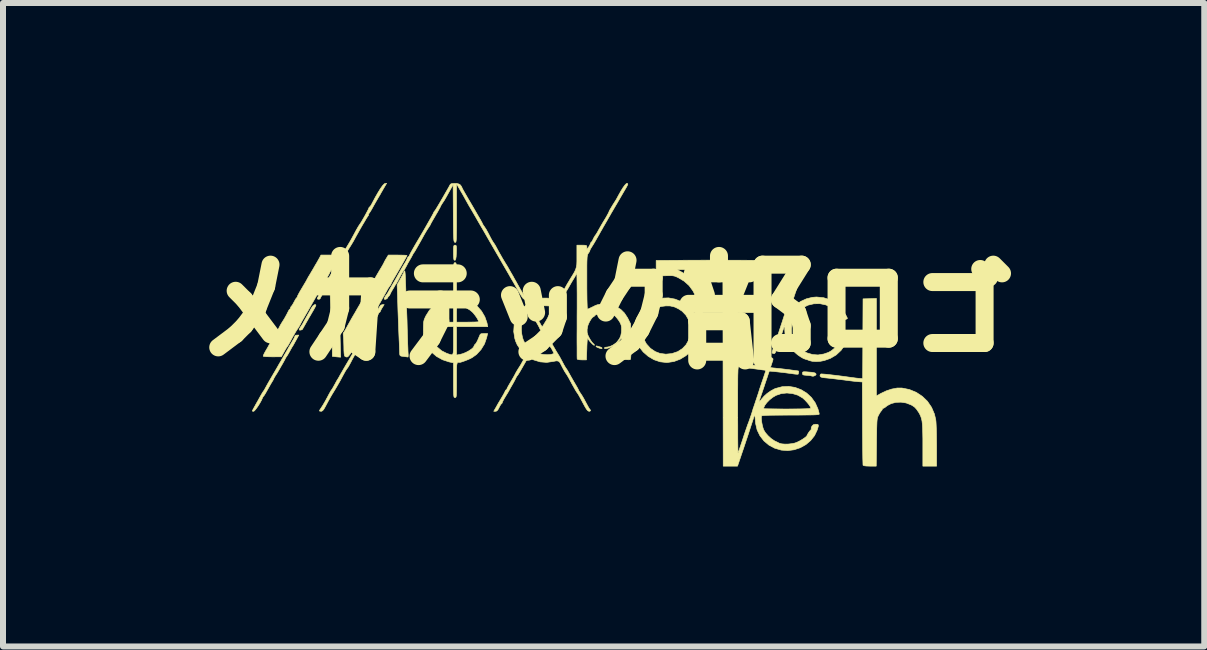
<source format=kicad_pcb>
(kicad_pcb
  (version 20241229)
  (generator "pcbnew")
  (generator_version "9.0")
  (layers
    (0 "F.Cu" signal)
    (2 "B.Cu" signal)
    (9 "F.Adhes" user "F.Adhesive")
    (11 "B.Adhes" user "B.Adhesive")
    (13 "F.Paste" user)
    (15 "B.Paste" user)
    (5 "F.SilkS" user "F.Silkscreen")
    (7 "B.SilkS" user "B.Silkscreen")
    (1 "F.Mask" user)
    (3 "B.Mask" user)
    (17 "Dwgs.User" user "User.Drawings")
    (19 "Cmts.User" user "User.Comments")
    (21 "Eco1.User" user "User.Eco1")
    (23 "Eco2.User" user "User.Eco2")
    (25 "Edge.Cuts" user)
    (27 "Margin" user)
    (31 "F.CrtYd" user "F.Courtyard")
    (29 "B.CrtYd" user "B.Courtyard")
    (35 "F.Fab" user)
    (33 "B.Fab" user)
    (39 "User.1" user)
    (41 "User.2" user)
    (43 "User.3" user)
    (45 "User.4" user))
  (footprint "メカテック部ロゴ"
    (layer "F.Cu")
    (at 7.01 2.268)
    (property "Reference" "メカテック部ロゴ" (at 0 0 0) (layer "F.SilkS") (effects (font (size 1.524 1.524) (thickness 0.3))))
    (attr through_hole)
    (fp_poly (pts (xy -4.005 -0.593) (xy -4.003 -0.578) (xy -4.005 -0.576) (xy -4.012 -0.577) (xy -4.013 -0.584) (xy -4.009 -0.595) (xy -4.005 -0.593)) (stroke (width 0.01) (type solid)) (fill yes) (layer "F.SilkS"))
    (fp_poly (pts (xy -0.107 0.45) (xy -0.078 0.459) (xy -0.056 0.465) (xy -0.033 0.475) (xy -0.025 0.484) (xy -0.028 0.492) (xy -0.039 0.493) (xy -0.066 0.486) (xy -0.086 0.479) (xy -0.113 0.467) (xy -0.127 0.455) (xy -0.127 0.454) (xy -0.118 0.447) (xy -0.107 0.45)) (stroke (width 0.01) (type solid)) (fill yes) (layer "F.SilkS"))
    (fp_poly (pts (xy -2.464 -1.23) (xy -2.457 -1.223) (xy -2.453 -1.204) (xy -2.452 -1.17) (xy -2.454 -1.115) (xy -2.454 -1.109) (xy -2.457 -1.043) (xy -2.464 -1) (xy -2.474 -0.98) (xy -2.488 -0.982) (xy -2.493 -0.986) (xy -2.497 -1.002) (xy -2.5 -1.037) (xy -2.502 -1.085) (xy -2.502 -1.113) (xy -2.502 -1.169) (xy -2.5 -1.204) (xy -2.495 -1.223) (xy -2.487 -1.23) (xy -2.476 -1.232) (xy -2.464 -1.23)) (stroke (width 0.01) (type solid)) (fill yes) (layer "F.SilkS"))
    (fp_poly (pts (xy 2.904 0.371) (xy 2.913 0.384) (xy 2.915 0.402) (xy 2.908 0.431) (xy 2.895 0.471) (xy 2.877 0.523) (xy 2.864 0.555) (xy 2.853 0.571) (xy 2.841 0.576) (xy 2.829 0.574) (xy 2.814 0.569) (xy 2.808 0.558) (xy 2.812 0.536) (xy 2.825 0.498) (xy 2.832 0.48) (xy 2.846 0.439) (xy 2.855 0.405) (xy 2.857 0.391) (xy 2.866 0.366) (xy 2.886 0.36) (xy 2.904 0.371)) (stroke (width 0.01) (type solid)) (fill yes) (layer "F.SilkS"))
    (fp_poly (pts (xy 3.377 0.879) (xy 3.409 0.882) (xy 3.471 0.887) (xy 3.511 0.894) (xy 3.533 0.903) (xy 3.541 0.916) (xy 3.541 0.926) (xy 3.527 0.94) (xy 3.501 0.951) (xy 3.476 0.952) (xy 3.466 0.948) (xy 3.451 0.944) (xy 3.419 0.94) (xy 3.388 0.938) (xy 3.346 0.934) (xy 3.324 0.929) (xy 3.316 0.918) (xy 3.315 0.904) (xy 3.316 0.889) (xy 3.323 0.881) (xy 3.341 0.878) (xy 3.377 0.879)) (stroke (width 0.01) (type solid)) (fill yes) (layer "F.SilkS"))
    (fp_poly (pts (xy -3.689 -0.191) (xy -3.708 -0.158) (xy -3.72 -0.133) (xy -3.721 -0.127) (xy -3.73 -0.115) (xy -3.733 -0.114) (xy -3.745 -0.104) (xy -3.754 -0.086) (xy -3.763 -0.065) (xy -3.783 -0.029) (xy -3.808 0.016) (xy -3.837 0.065) (xy -3.865 0.111) (xy -3.889 0.15) (xy -3.905 0.174) (xy -3.91 0.179) (xy -3.928 0.183) (xy -3.933 0.182) (xy -3.942 0.167) (xy -3.935 0.141) (xy -3.918 0.114) (xy -3.904 0.094) (xy -3.883 0.059) (xy -3.86 0.019) (xy -3.833 -0.03) (xy -3.806 -0.078) (xy -3.789 -0.108) (xy -3.765 -0.15) (xy -3.743 -0.191) (xy -3.738 -0.2) (xy -3.714 -0.232) (xy -3.687 -0.241) (xy -3.657 -0.241) (xy -3.689 -0.191)) (stroke (width 0.01) (type solid)) (fill yes) (layer "F.SilkS"))
    (fp_poly (pts (xy -4.798 -0.239) (xy -4.795 -0.23) (xy -4.802 -0.211) (xy -4.819 -0.179) (xy -4.847 -0.129) (xy -4.858 -0.111) (xy -4.885 -0.064) (xy -4.91 -0.022) (xy -4.927 0.008) (xy -4.928 0.01) (xy -4.943 0.036) (xy -4.963 0.071) (xy -4.985 0.11) (xy -5.005 0.145) (xy -5.019 0.169) (xy -5.023 0.175) (xy -5.036 0.18) (xy -5.052 0.184) (xy -5.071 0.183) (xy -5.071 0.168) (xy -5.071 0.167) (xy -5.056 0.139) (xy -5.048 0.127) (xy -5.033 0.105) (xy -5.012 0.071) (xy -4.998 0.044) (xy -4.97 -0.006) (xy -4.939 -0.061) (xy -4.927 -0.083) (xy -4.904 -0.122) (xy -4.885 -0.157) (xy -4.878 -0.171) (xy -4.85 -0.215) (xy -4.822 -0.238) (xy -4.809 -0.241) (xy -4.798 -0.239)) (stroke (width 0.01) (type solid)) (fill yes) (layer "F.SilkS"))
    (fp_poly (pts (xy -3.312 -0.796) (xy -3.308 -0.768) (xy -3.305 -0.726) (xy -3.305 -0.72) (xy -3.303 -0.68) (xy -3.301 -0.62) (xy -3.298 -0.545) (xy -3.295 -0.46) (xy -3.291 -0.371) (xy -3.29 -0.337) (xy -3.285 -0.228) (xy -3.281 -0.106) (xy -3.276 0.021) (xy -3.273 0.143) (xy -3.27 0.241) (xy -3.267 0.327) (xy -3.265 0.408) (xy -3.262 0.479) (xy -3.26 0.535) (xy -3.258 0.573) (xy -3.257 0.581) (xy -3.256 0.613) (xy -3.259 0.631) (xy -3.261 0.633) (xy -3.278 0.63) (xy -3.311 0.626) (xy -3.334 0.623) (xy -3.371 0.618) (xy -3.39 0.61) (xy -3.397 0.594) (xy -3.399 0.572) (xy -3.4 0.542) (xy -3.402 0.494) (xy -3.404 0.433) (xy -3.407 0.365) (xy -3.408 0.349) (xy -3.414 0.208) (xy -3.42 0.044) (xy -3.427 -0.137) (xy -3.433 -0.333) (xy -3.435 -0.397) (xy -3.441 -0.572) (xy -3.384 -0.675) (xy -3.359 -0.721) (xy -3.34 -0.759) (xy -3.329 -0.783) (xy -3.327 -0.788) (xy -3.318 -0.804) (xy -3.317 -0.805) (xy -3.312 -0.796)) (stroke (width 0.01) (type solid)) (fill yes) (layer "F.SilkS"))
    (fp_poly (pts (xy -4.433 -0.775) (xy -4.431 -0.746) (xy -4.429 -0.702) (xy -4.426 -0.651) (xy -4.426 -0.648) (xy -4.422 -0.573) (xy -4.419 -0.499) (xy -4.415 -0.421) (xy -4.412 -0.337) (xy -4.408 -0.245) (xy -4.405 -0.141) (xy -4.401 -0.023) (xy -4.397 0.112) (xy -4.392 0.268) (xy -4.388 0.422) (xy -4.382 0.635) (xy -4.41 0.633) (xy -4.444 0.63) (xy -4.48 0.626) (xy -4.521 0.621) (xy -4.522 0.517) (xy -4.523 0.462) (xy -4.525 0.413) (xy -4.527 0.379) (xy -4.527 0.375) (xy -4.529 0.349) (xy -4.532 0.303) (xy -4.535 0.243) (xy -4.538 0.174) (xy -4.539 0.133) (xy -4.544 -0.018) (xy -4.549 -0.146) (xy -4.552 -0.253) (xy -4.555 -0.341) (xy -4.557 -0.412) (xy -4.558 -0.467) (xy -4.559 -0.51) (xy -4.558 -0.542) (xy -4.557 -0.565) (xy -4.555 -0.581) (xy -4.552 -0.593) (xy -4.548 -0.602) (xy -4.544 -0.611) (xy -4.539 -0.619) (xy -4.516 -0.661) (xy -4.493 -0.7) (xy -4.49 -0.704) (xy -4.467 -0.74) (xy -4.449 -0.774) (xy -4.449 -0.774) (xy -4.434 -0.806) (xy -4.433 -0.775)) (stroke (width 0.01) (type solid)) (fill yes) (layer "F.SilkS"))
    (fp_poly (pts (xy -3.962 0.272) (xy -3.968 0.287) (xy -3.985 0.318) (xy -4.008 0.36) (xy -4.034 0.407) (xy -4.062 0.453) (xy -4.087 0.494) (xy -4.087 0.495) (xy -4.113 0.537) (xy -4.145 0.593) (xy -4.178 0.653) (xy -4.195 0.685) (xy -4.221 0.735) (xy -4.244 0.777) (xy -4.26 0.804) (xy -4.266 0.813) (xy -4.28 0.83) (xy -4.304 0.868) (xy -4.335 0.924) (xy -4.373 0.994) (xy -4.374 0.997) (xy -4.406 1.055) (xy -4.443 1.119) (xy -4.472 1.168) (xy -4.533 1.268) (xy -4.59 1.369) (xy -4.637 1.457) (xy -4.662 1.501) (xy -4.682 1.526) (xy -4.7 1.536) (xy -4.708 1.537) (xy -4.73 1.534) (xy -4.737 1.53) (xy -4.731 1.516) (xy -4.715 1.491) (xy -4.713 1.489) (xy -4.677 1.433) (xy -4.638 1.366) (xy -4.592 1.281) (xy -4.59 1.276) (xy -4.567 1.234) (xy -4.548 1.2) (xy -4.536 1.182) (xy -4.535 1.181) (xy -4.525 1.167) (xy -4.507 1.137) (xy -4.485 1.097) (xy -4.482 1.092) (xy -4.46 1.051) (xy -4.443 1.02) (xy -4.433 1.004) (xy -4.432 1.003) (xy -4.423 0.989) (xy -4.407 0.961) (xy -4.399 0.946) (xy -4.384 0.919) (xy -4.358 0.875) (xy -4.325 0.817) (xy -4.287 0.752) (xy -4.248 0.686) (xy -4.206 0.615) (xy -4.167 0.548) (xy -4.132 0.488) (xy -4.106 0.441) (xy -4.09 0.413) (xy -4.069 0.375) (xy -4.051 0.345) (xy -4.043 0.334) (xy -4.026 0.308) (xy -4.02 0.292) (xy -4.007 0.277) (xy -3.987 0.267) (xy -3.969 0.265) (xy -3.962 0.272)) (stroke (width 0.01) (type solid)) (fill yes) (layer "F.SilkS"))
    (fp_poly (pts (xy -5.126 0.352) (xy -5.15 0.395) (xy -5.169 0.43) (xy -5.181 0.45) (xy -5.182 0.451) (xy -5.193 0.468) (xy -5.211 0.5) (xy -5.233 0.54) (xy -5.255 0.579) (xy -5.273 0.609) (xy -5.282 0.622) (xy -5.282 0.622) (xy -5.293 0.637) (xy -5.305 0.66) (xy -5.32 0.689) (xy -5.342 0.729) (xy -5.361 0.762) (xy -5.385 0.803) (xy -5.405 0.839) (xy -5.416 0.857) (xy -5.431 0.883) (xy -5.453 0.919) (xy -5.465 0.936) (xy -5.484 0.968) (xy -5.497 0.991) (xy -5.499 0.997) (xy -5.505 1.011) (xy -5.521 1.038) (xy -5.529 1.051) (xy -5.55 1.086) (xy -5.577 1.134) (xy -5.605 1.184) (xy -5.607 1.187) (xy -5.631 1.23) (xy -5.651 1.263) (xy -5.664 1.282) (xy -5.666 1.283) (xy -5.678 1.299) (xy -5.686 1.316) (xy -5.704 1.356) (xy -5.729 1.401) (xy -5.758 1.448) (xy -5.787 1.489) (xy -5.812 1.52) (xy -5.829 1.536) (xy -5.832 1.537) (xy -5.851 1.535) (xy -5.855 1.532) (xy -5.849 1.518) (xy -5.832 1.486) (xy -5.807 1.441) (xy -5.786 1.403) (xy -5.762 1.361) (xy -5.735 1.312) (xy -5.722 1.289) (xy -5.7 1.25) (xy -5.681 1.219) (xy -5.672 1.206) (xy -5.654 1.18) (xy -5.641 1.156) (xy -5.623 1.123) (xy -5.596 1.074) (xy -5.558 1.008) (xy -5.508 0.922) (xy -5.467 0.852) (xy -5.434 0.795) (xy -5.404 0.742) (xy -5.378 0.699) (xy -5.365 0.675) (xy -5.34 0.632) (xy -5.314 0.586) (xy -5.311 0.581) (xy -5.285 0.537) (xy -5.259 0.491) (xy -5.257 0.486) (xy -5.235 0.448) (xy -5.207 0.401) (xy -5.187 0.367) (xy -5.164 0.328) (xy -5.149 0.297) (xy -5.144 0.281) (xy -5.133 0.27) (xy -5.112 0.267) (xy -5.08 0.267) (xy -5.126 0.352)) (stroke (width 0.01) (type solid)) (fill yes) (layer "F.SilkS"))
    (fp_poly (pts (xy -3.373 -1.066) (xy -3.324 -1.065) (xy -3.29 -1.063) (xy -3.277 -1.06) (xy -3.277 -1.06) (xy -3.283 -1.046) (xy -3.301 -1.013) (xy -3.329 -0.963) (xy -3.365 -0.899) (xy -3.409 -0.823) (xy -3.458 -0.738) (xy -3.469 -0.719) (xy -3.499 -0.668) (xy -3.523 -0.626) (xy -3.538 -0.596) (xy -3.543 -0.583) (xy -3.551 -0.567) (xy -3.56 -0.557) (xy -3.576 -0.535) (xy -3.597 -0.502) (xy -3.601 -0.494) (xy -3.624 -0.452) (xy -3.653 -0.4) (xy -3.685 -0.344) (xy -3.716 -0.288) (xy -3.744 -0.24) (xy -3.765 -0.203) (xy -3.776 -0.185) (xy -3.812 -0.126) (xy -3.838 -0.082) (xy -3.859 -0.047) (xy -3.878 -0.014) (xy -3.899 0.024) (xy -3.92 0.064) (xy -3.944 0.106) (xy -3.967 0.146) (xy -3.975 0.159) (xy -4.004 0.206) (xy -4.039 0.268) (xy -4.071 0.33) (xy -4.09 0.364) (xy -4.108 0.389) (xy -4.111 0.391) (xy -4.125 0.415) (xy -4.128 0.426) (xy -4.134 0.443) (xy -4.139 0.445) (xy -4.152 0.455) (xy -4.16 0.473) (xy -4.173 0.5) (xy -4.194 0.537) (xy -4.22 0.576) (xy -4.244 0.608) (xy -4.26 0.625) (xy -4.276 0.633) (xy -4.293 0.63) (xy -4.306 0.625) (xy -4.315 0.617) (xy -4.321 0.6) (xy -4.325 0.569) (xy -4.328 0.52) (xy -4.329 0.457) (xy -4.331 0.394) (xy -4.333 0.337) (xy -4.336 0.294) (xy -4.339 0.27) (xy -4.339 0.27) (xy -4.34 0.241) (xy -4.334 0.225) (xy -4.321 0.206) (xy -4.301 0.173) (xy -4.283 0.14) (xy -4.256 0.091) (xy -4.224 0.034) (xy -4.198 -0.013) (xy -4.17 -0.061) (xy -4.142 -0.108) (xy -4.123 -0.142) (xy -4.088 -0.202) (xy -4.049 -0.269) (xy -4.009 -0.339) (xy -3.968 -0.408) (xy -3.931 -0.472) (xy -3.899 -0.527) (xy -3.874 -0.568) (xy -3.859 -0.593) (xy -3.858 -0.595) (xy -3.838 -0.628) (xy -3.824 -0.655) (xy -3.813 -0.675) (xy -3.792 -0.713) (xy -3.764 -0.761) (xy -3.735 -0.81) (xy -3.705 -0.86) (xy -3.68 -0.903) (xy -3.664 -0.933) (xy -3.658 -0.945) (xy -3.652 -0.959) (xy -3.636 -0.987) (xy -3.623 -1.009) (xy -3.588 -1.067) (xy -3.432 -1.067) (xy -3.373 -1.066)) (stroke (width 0.01) (type solid)) (fill yes) (layer "F.SilkS"))
    (fp_poly (pts (xy 4.547 1.281) (xy 4.62 1.24) (xy 4.71 1.197) (xy 4.804 1.166) (xy 4.893 1.149) (xy 4.97 1.149) (xy 5.096 1.174) (xy 5.211 1.221) (xy 5.312 1.288) (xy 5.398 1.371) (xy 5.466 1.471) (xy 5.514 1.583) (xy 5.536 1.677) (xy 5.54 1.713) (xy 5.543 1.769) (xy 5.546 1.842) (xy 5.548 1.927) (xy 5.549 2.02) (xy 5.55 2.106) (xy 5.55 2.451) (xy 5.321 2.451) (xy 5.321 2.118) (xy 5.321 1.996) (xy 5.319 1.896) (xy 5.317 1.816) (xy 5.313 1.751) (xy 5.307 1.7) (xy 5.298 1.657) (xy 5.286 1.622) (xy 5.271 1.589) (xy 5.253 1.556) (xy 5.247 1.548) (xy 5.214 1.5) (xy 5.182 1.466) (xy 5.142 1.439) (xy 5.12 1.428) (xy 5.042 1.398) (xy 4.957 1.385) (xy 4.872 1.388) (xy 4.794 1.408) (xy 4.728 1.442) (xy 4.711 1.456) (xy 4.685 1.476) (xy 4.665 1.486) (xy 4.663 1.486) (xy 4.649 1.494) (xy 4.648 1.498) (xy 4.64 1.516) (xy 4.631 1.527) (xy 4.614 1.548) (xy 4.593 1.583) (xy 4.583 1.601) (xy 4.575 1.618) (xy 4.568 1.634) (xy 4.563 1.654) (xy 4.559 1.679) (xy 4.556 1.714) (xy 4.554 1.761) (xy 4.552 1.823) (xy 4.551 1.903) (xy 4.549 2.004) (xy 4.549 2.054) (xy 4.544 2.451) (xy 4.437 2.451) (xy 4.377 2.449) (xy 4.34 2.444) (xy 4.324 2.436) (xy 4.324 2.435) (xy 4.323 2.42) (xy 4.322 2.381) (xy 4.32 2.322) (xy 4.319 2.245) (xy 4.318 2.152) (xy 4.317 2.045) (xy 4.316 1.928) (xy 4.315 1.801) (xy 4.315 1.734) (xy 4.312 1.048) (xy 4.255 1.044) (xy 4.221 1.041) (xy 4.169 1.036) (xy 4.104 1.028) (xy 4.034 1.019) (xy 4.013 1.016) (xy 3.938 1.007) (xy 3.864 0.998) (xy 3.798 0.99) (xy 3.748 0.985) (xy 3.74 0.984) (xy 3.68 0.978) (xy 3.641 0.972) (xy 3.619 0.964) (xy 3.609 0.952) (xy 3.607 0.939) (xy 3.616 0.918) (xy 3.629 0.914) (xy 3.657 0.916) (xy 3.707 0.92) (xy 3.771 0.927) (xy 3.848 0.936) (xy 3.931 0.946) (xy 4.016 0.957) (xy 4.079 0.966) (xy 4.146 0.975) (xy 4.206 0.983) (xy 4.253 0.988) (xy 4.282 0.99) (xy 4.286 0.991) (xy 4.318 0.991) (xy 4.321 0.327) (xy 4.324 -0.337) (xy 4.435 -0.34) (xy 4.547 -0.344) (xy 4.547 1.281)) (stroke (width 0.01) (type solid)) (fill yes) (layer "F.SilkS"))
    (fp_poly (pts (xy -3.645 -2.214) (xy -3.671 -2.17) (xy -3.698 -2.122) (xy -3.703 -2.115) (xy -3.724 -2.076) (xy -3.753 -2.028) (xy -3.776 -1.988) (xy -3.806 -1.936) (xy -3.836 -1.883) (xy -3.855 -1.848) (xy -3.878 -1.808) (xy -3.899 -1.775) (xy -3.909 -1.762) (xy -3.92 -1.745) (xy -3.918 -1.74) (xy -3.917 -1.732) (xy -3.927 -1.718) (xy -3.939 -1.701) (xy -3.96 -1.667) (xy -3.988 -1.619) (xy -4.021 -1.564) (xy -4.055 -1.505) (xy -4.088 -1.446) (xy -4.118 -1.393) (xy -4.141 -1.351) (xy -4.156 -1.323) (xy -4.157 -1.321) (xy -4.168 -1.301) (xy -4.188 -1.267) (xy -4.213 -1.226) (xy -4.216 -1.221) (xy -4.241 -1.182) (xy -4.259 -1.152) (xy -4.267 -1.137) (xy -4.267 -1.136) (xy -4.274 -1.123) (xy -4.292 -1.091) (xy -4.32 -1.043) (xy -4.357 -0.98) (xy -4.377 -0.946) (xy -4.394 -0.916) (xy -4.412 -0.883) (xy -4.434 -0.844) (xy -4.457 -0.806) (xy -4.481 -0.768) (xy -4.503 -0.726) (xy -4.505 -0.724) (xy -4.519 -0.697) (xy -4.544 -0.654) (xy -4.576 -0.599) (xy -4.612 -0.539) (xy -4.626 -0.515) (xy -4.66 -0.457) (xy -4.689 -0.407) (xy -4.711 -0.368) (xy -4.723 -0.345) (xy -4.724 -0.34) (xy -4.735 -0.332) (xy -4.751 -0.33) (xy -4.771 -0.336) (xy -4.77 -0.35) (xy -4.761 -0.369) (xy -4.742 -0.403) (xy -4.716 -0.448) (xy -4.699 -0.477) (xy -4.672 -0.524) (xy -4.651 -0.563) (xy -4.638 -0.589) (xy -4.636 -0.596) (xy -4.627 -0.611) (xy -4.626 -0.612) (xy -4.615 -0.624) (xy -4.598 -0.653) (xy -4.579 -0.686) (xy -4.553 -0.734) (xy -4.52 -0.791) (xy -4.492 -0.838) (xy -4.461 -0.889) (xy -4.426 -0.952) (xy -4.392 -1.014) (xy -4.384 -1.029) (xy -4.359 -1.076) (xy -4.338 -1.114) (xy -4.323 -1.138) (xy -4.319 -1.143) (xy -4.309 -1.157) (xy -4.289 -1.188) (xy -4.263 -1.231) (xy -4.233 -1.281) (xy -4.203 -1.334) (xy -4.176 -1.384) (xy -4.166 -1.402) (xy -4.122 -1.484) (xy -4.088 -1.543) (xy -4.064 -1.58) (xy -4.059 -1.587) (xy -4.044 -1.609) (xy -4.023 -1.644) (xy -3.997 -1.689) (xy -3.97 -1.737) (xy -3.945 -1.784) (xy -3.925 -1.822) (xy -3.913 -1.848) (xy -3.912 -1.854) (xy -3.904 -1.867) (xy -3.901 -1.867) (xy -3.89 -1.877) (xy -3.872 -1.904) (xy -3.856 -1.934) (xy -3.805 -2.03) (xy -3.758 -2.112) (xy -3.717 -2.178) (xy -3.683 -2.225) (xy -3.657 -2.252) (xy -3.645 -2.259) (xy -3.616 -2.263) (xy -3.645 -2.214)) (stroke (width 0.01) (type solid)) (fill yes) (layer "F.SilkS"))
    (fp_poly (pts (xy -4.491 -1.066) (xy -4.445 -1.064) (xy -4.419 -1.058) (xy -4.41 -1.046) (xy -4.415 -1.026) (xy -4.431 -0.996) (xy -4.438 -0.984) (xy -4.46 -0.946) (xy -4.478 -0.913) (xy -4.483 -0.904) (xy -4.499 -0.874) (xy -4.523 -0.839) (xy -4.528 -0.833) (xy -4.547 -0.805) (xy -4.558 -0.787) (xy -4.559 -0.784) (xy -4.565 -0.771) (xy -4.581 -0.74) (xy -4.605 -0.698) (xy -4.623 -0.667) (xy -4.65 -0.62) (xy -4.671 -0.581) (xy -4.684 -0.557) (xy -4.686 -0.55) (xy -4.693 -0.537) (xy -4.709 -0.511) (xy -4.713 -0.507) (xy -4.729 -0.481) (xy -4.755 -0.439) (xy -4.785 -0.387) (xy -4.812 -0.34) (xy -4.853 -0.268) (xy -4.894 -0.195) (xy -4.934 -0.125) (xy -4.971 -0.062) (xy -5 -0.011) (xy -5.021 0.024) (xy -5.025 0.032) (xy -5.043 0.065) (xy -5.054 0.087) (xy -5.069 0.115) (xy -5.092 0.152) (xy -5.104 0.169) (xy -5.129 0.208) (xy -5.158 0.259) (xy -5.186 0.307) (xy -5.218 0.367) (xy -5.241 0.409) (xy -5.256 0.435) (xy -5.265 0.45) (xy -5.271 0.457) (xy -5.272 0.457) (xy -5.281 0.471) (xy -5.299 0.5) (xy -5.322 0.54) (xy -5.325 0.546) (xy -5.371 0.628) (xy -5.518 0.629) (xy -5.577 0.628) (xy -5.626 0.626) (xy -5.659 0.623) (xy -5.673 0.619) (xy -5.67 0.604) (xy -5.656 0.573) (xy -5.634 0.533) (xy -5.628 0.523) (xy -5.601 0.477) (xy -5.578 0.435) (xy -5.562 0.405) (xy -5.561 0.403) (xy -5.547 0.378) (xy -5.535 0.368) (xy -5.525 0.358) (xy -5.524 0.355) (xy -5.518 0.339) (xy -5.502 0.306) (xy -5.478 0.263) (xy -5.461 0.234) (xy -5.434 0.187) (xy -5.413 0.15) (xy -5.4 0.126) (xy -5.397 0.12) (xy -5.391 0.107) (xy -5.375 0.08) (xy -5.363 0.06) (xy -5.32 -0.008) (xy -5.284 -0.073) (xy -5.257 -0.126) (xy -5.255 -0.13) (xy -5.241 -0.155) (xy -5.23 -0.165) (xy -5.221 -0.175) (xy -5.22 -0.183) (xy -5.211 -0.206) (xy -5.204 -0.213) (xy -5.189 -0.232) (xy -5.17 -0.265) (xy -5.156 -0.291) (xy -5.137 -0.326) (xy -5.122 -0.349) (xy -5.115 -0.355) (xy -5.106 -0.366) (xy -5.105 -0.372) (xy -5.099 -0.389) (xy -5.082 -0.422) (xy -5.057 -0.467) (xy -5.032 -0.509) (xy -5.001 -0.561) (xy -4.973 -0.608) (xy -4.952 -0.644) (xy -4.944 -0.66) (xy -4.927 -0.691) (xy -4.916 -0.711) (xy -4.896 -0.743) (xy -4.869 -0.789) (xy -4.837 -0.843) (xy -4.805 -0.899) (xy -4.774 -0.951) (xy -4.75 -0.994) (xy -4.734 -1.022) (xy -4.732 -1.026) (xy -4.711 -1.067) (xy -4.559 -1.067) (xy -4.491 -1.066)) (stroke (width 0.01) (type solid)) (fill yes) (layer "F.SilkS"))
    (fp_poly (pts (xy -2.468 -0.939) (xy -2.462 -0.934) (xy -2.458 -0.922) (xy -2.455 -0.901) (xy -2.453 -0.866) (xy -2.452 -0.815) (xy -2.451 -0.746) (xy -2.451 -0.653) (xy -2.451 -0.649) (xy -2.451 -0.359) (xy -2.379 -0.349) (xy -2.28 -0.325) (xy -2.187 -0.278) (xy -2.104 -0.213) (xy -2.034 -0.132) (xy -1.979 -0.038) (xy -1.943 0.065) (xy -1.939 0.086) (xy -1.931 0.127) (xy -2.451 0.127) (xy -2.451 0.599) (xy -2.397 0.59) (xy -2.348 0.577) (xy -2.296 0.556) (xy -2.245 0.529) (xy -2.202 0.5) (xy -2.171 0.472) (xy -2.159 0.449) (xy -2.159 0.448) (xy -2.15 0.428) (xy -2.143 0.423) (xy -2.125 0.402) (xy -2.103 0.363) (xy -2.08 0.309) (xy -2.069 0.283) (xy -2.058 0.258) (xy -2.043 0.245) (xy -2.015 0.242) (xy -1.994 0.241) (xy -1.933 0.241) (xy -1.949 0.31) (xy -1.985 0.414) (xy -2.043 0.508) (xy -2.117 0.589) (xy -2.191 0.642) (xy -2.225 0.66) (xy -2.269 0.679) (xy -2.315 0.697) (xy -2.358 0.712) (xy -2.388 0.721) (xy -2.398 0.722) (xy -2.415 0.72) (xy -2.428 0.721) (xy -2.437 0.728) (xy -2.443 0.744) (xy -2.448 0.771) (xy -2.45 0.814) (xy -2.451 0.874) (xy -2.451 0.955) (xy -2.451 1.016) (xy -2.451 1.109) (xy -2.452 1.18) (xy -2.453 1.232) (xy -2.454 1.268) (xy -2.457 1.29) (xy -2.462 1.302) (xy -2.468 1.307) (xy -2.476 1.308) (xy -2.477 1.308) (xy -2.485 1.307) (xy -2.491 1.302) (xy -2.495 1.291) (xy -2.498 1.269) (xy -2.5 1.234) (xy -2.501 1.183) (xy -2.502 1.113) (xy -2.502 1.021) (xy -2.502 0.729) (xy -2.575 0.714) (xy -2.684 0.678) (xy -2.785 0.622) (xy -2.872 0.547) (xy -2.941 0.458) (xy -2.966 0.413) (xy -2.982 0.378) (xy -2.993 0.349) (xy -2.999 0.317) (xy -3.002 0.277) (xy -3.003 0.221) (xy -3.004 0.196) (xy -2.894 0.196) (xy -2.894 0.233) (xy -2.887 0.257) (xy -2.883 0.26) (xy -2.877 0.277) (xy -2.878 0.286) (xy -2.877 0.302) (xy -2.871 0.305) (xy -2.862 0.313) (xy -2.864 0.318) (xy -2.863 0.337) (xy -2.847 0.369) (xy -2.821 0.408) (xy -2.788 0.45) (xy -2.773 0.466) (xy -2.699 0.529) (xy -2.613 0.572) (xy -2.603 0.575) (xy -2.568 0.587) (xy -2.543 0.595) (xy -2.524 0.594) (xy -2.513 0.583) (xy -2.506 0.558) (xy -2.503 0.517) (xy -2.502 0.456) (xy -2.502 0.373) (xy -2.502 0.362) (xy -2.502 0.127) (xy -2.691 0.127) (xy -2.764 0.127) (xy -2.815 0.128) (xy -2.849 0.13) (xy -2.87 0.134) (xy -2.88 0.14) (xy -2.886 0.149) (xy -2.888 0.156) (xy -2.894 0.196) (xy -3.004 0.196) (xy -3.004 0.184) (xy -3.003 0.118) (xy -3.001 0.071) (xy -2.999 0.051) (xy -2.87 0.051) (xy -2.502 0.051) (xy -2.502 -0.088) (xy -2.451 -0.088) (xy -2.451 0.051) (xy -2.267 0.051) (xy -2.202 0.05) (xy -2.147 0.049) (xy -2.106 0.047) (xy -2.085 0.045) (xy -2.083 0.044) (xy -2.091 0.018) (xy -2.111 -0.019) (xy -2.14 -0.061) (xy -2.172 -0.101) (xy -2.194 -0.123) (xy -2.229 -0.151) (xy -2.275 -0.179) (xy -2.324 -0.204) (xy -2.371 -0.224) (xy -2.41 -0.235) (xy -2.436 -0.236) (xy -2.438 -0.235) (xy -2.444 -0.219) (xy -2.448 -0.182) (xy -2.451 -0.129) (xy -2.451 -0.088) (xy -2.502 -0.088) (xy -2.502 -0.238) (xy -2.564 -0.221) (xy -2.608 -0.208) (xy -2.645 -0.194) (xy -2.656 -0.189) (xy -2.681 -0.177) (xy -2.693 -0.174) (xy -2.707 -0.167) (xy -2.732 -0.147) (xy -2.761 -0.119) (xy -2.791 -0.088) (xy -2.813 -0.061) (xy -2.82 -0.051) (xy -2.84 -0.014) (xy -2.855 0.016) (xy -2.87 0.051) (xy -2.999 0.051) (xy -2.997 0.036) (xy -2.989 0.006) (xy -2.975 -0.026) (xy -2.961 -0.055) (xy -2.904 -0.146) (xy -2.831 -0.224) (xy -2.746 -0.287) (xy -2.654 -0.33) (xy -2.571 -0.35) (xy -2.502 -0.359) (xy -2.502 -0.649) (xy -2.502 -0.742) (xy -2.501 -0.813) (xy -2.5 -0.864) (xy -2.498 -0.9) (xy -2.495 -0.922) (xy -2.491 -0.934) (xy -2.485 -0.939) (xy -2.477 -0.94) (xy -2.477 -0.94) (xy -2.468 -0.939)) (stroke (width 0.01) (type solid)) (fill yes) (layer "F.SilkS"))
    (fp_poly (pts (xy -2.429 -2.257) (xy -2.395 -2.243) (xy -2.371 -2.214) (xy -2.362 -2.195) (xy -2.357 -2.184) (xy -2.352 -2.173) (xy -2.344 -2.158) (xy -2.332 -2.137) (xy -2.316 -2.108) (xy -2.292 -2.067) (xy -2.261 -2.013) (xy -2.219 -1.942) (xy -2.167 -1.853) (xy -2.155 -1.832) (xy -2.115 -1.763) (xy -2.079 -1.701) (xy -2.05 -1.651) (xy -2.03 -1.614) (xy -2.02 -1.595) (xy -2.019 -1.593) (xy -2.013 -1.578) (xy -1.996 -1.553) (xy -1.991 -1.546) (xy -1.959 -1.498) (xy -1.923 -1.433) (xy -1.881 -1.352) (xy -1.859 -1.312) (xy -1.837 -1.276) (xy -1.831 -1.269) (xy -1.808 -1.234) (xy -1.789 -1.2) (xy -1.771 -1.166) (xy -1.745 -1.118) (xy -1.714 -1.064) (xy -1.683 -1.009) (xy -1.654 -0.961) (xy -1.632 -0.925) (xy -1.625 -0.914) (xy -1.605 -0.882) (xy -1.582 -0.842) (xy -1.576 -0.831) (xy -1.553 -0.79) (xy -1.525 -0.742) (xy -1.511 -0.718) (xy -1.483 -0.667) (xy -1.452 -0.613) (xy -1.44 -0.591) (xy -1.416 -0.548) (xy -1.386 -0.494) (xy -1.354 -0.441) (xy -1.351 -0.436) (xy -1.325 -0.393) (xy -1.306 -0.36) (xy -1.296 -0.34) (xy -1.295 -0.337) (xy -1.306 -0.331) (xy -1.318 -0.33) (xy -1.33 -0.334) (xy -1.345 -0.348) (xy -1.364 -0.375) (xy -1.391 -0.417) (xy -1.426 -0.478) (xy -1.435 -0.494) (xy -1.45 -0.519) (xy -1.473 -0.56) (xy -1.501 -0.609) (xy -1.516 -0.635) (xy -1.547 -0.687) (xy -1.575 -0.737) (xy -1.597 -0.775) (xy -1.604 -0.787) (xy -1.619 -0.813) (xy -1.644 -0.856) (xy -1.676 -0.911) (xy -1.713 -0.975) (xy -1.744 -1.029) (xy -1.788 -1.104) (xy -1.84 -1.194) (xy -1.896 -1.291) (xy -1.951 -1.387) (xy -1.997 -1.467) (xy -2.044 -1.547) (xy -2.091 -1.628) (xy -2.135 -1.705) (xy -2.174 -1.772) (xy -2.204 -1.824) (xy -2.207 -1.829) (xy -2.24 -1.884) (xy -2.27 -1.937) (xy -2.294 -1.98) (xy -2.305 -2) (xy -2.324 -2.035) (xy -2.351 -2.083) (xy -2.382 -2.135) (xy -2.392 -2.153) (xy -2.451 -2.254) (xy -2.451 -1.763) (xy -2.451 -1.639) (xy -2.451 -1.537) (xy -2.452 -1.457) (xy -2.453 -1.395) (xy -2.454 -1.349) (xy -2.456 -1.316) (xy -2.459 -1.295) (xy -2.462 -1.284) (xy -2.467 -1.279) (xy -2.472 -1.278) (xy -2.476 -1.279) (xy -2.483 -1.281) (xy -2.488 -1.287) (xy -2.492 -1.297) (xy -2.496 -1.315) (xy -2.498 -1.344) (xy -2.5 -1.384) (xy -2.502 -1.44) (xy -2.503 -1.513) (xy -2.504 -1.606) (xy -2.505 -1.721) (xy -2.505 -1.763) (xy -2.508 -2.241) (xy -2.559 -2.149) (xy -2.594 -2.086) (xy -2.619 -2.041) (xy -2.638 -2.008) (xy -2.653 -1.982) (xy -2.668 -1.959) (xy -2.683 -1.937) (xy -2.703 -1.906) (xy -2.716 -1.883) (xy -2.718 -1.878) (xy -2.724 -1.864) (xy -2.741 -1.833) (xy -2.765 -1.789) (xy -2.796 -1.737) (xy -2.8 -1.729) (xy -2.831 -1.676) (xy -2.857 -1.631) (xy -2.875 -1.599) (xy -2.883 -1.583) (xy -2.883 -1.583) (xy -2.889 -1.569) (xy -2.906 -1.542) (xy -2.92 -1.521) (xy -2.947 -1.479) (xy -2.978 -1.427) (xy -3 -1.388) (xy -3.039 -1.317) (xy -3.082 -1.241) (xy -3.122 -1.171) (xy -3.138 -1.143) (xy -3.153 -1.118) (xy -3.163 -1.105) (xy -3.173 -1.09) (xy -3.185 -1.067) (xy -3.2 -1.038) (xy -3.223 -0.998) (xy -3.238 -0.972) (xy -3.263 -0.929) (xy -3.284 -0.888) (xy -3.294 -0.87) (xy -3.315 -0.832) (xy -3.337 -0.8) (xy -3.355 -0.773) (xy -3.379 -0.731) (xy -3.403 -0.686) (xy -3.426 -0.642) (xy -3.446 -0.606) (xy -3.46 -0.585) (xy -3.46 -0.584) (xy -3.478 -0.558) (xy -3.484 -0.546) (xy -3.497 -0.523) (xy -3.516 -0.492) (xy -3.518 -0.489) (xy -3.54 -0.452) (xy -3.557 -0.416) (xy -3.57 -0.391) (xy -3.581 -0.381) (xy -3.592 -0.37) (xy -3.598 -0.356) (xy -3.61 -0.34) (xy -3.631 -0.33) (xy -3.65 -0.329) (xy -3.658 -0.337) (xy -3.651 -0.356) (xy -3.638 -0.381) (xy -3.623 -0.402) (xy -3.619 -0.406) (xy -3.608 -0.421) (xy -3.591 -0.449) (xy -3.583 -0.464) (xy -3.558 -0.509) (xy -3.531 -0.556) (xy -3.525 -0.565) (xy -3.506 -0.598) (xy -3.478 -0.646) (xy -3.447 -0.701) (xy -3.428 -0.736) (xy -3.395 -0.794) (xy -3.362 -0.852) (xy -3.334 -0.9) (xy -3.321 -0.92) (xy -3.297 -0.96) (xy -3.278 -0.996) (xy -3.271 -1.013) (xy -3.26 -1.035) (xy -3.25 -1.041) (xy -3.239 -1.051) (xy -3.239 -1.056) (xy -3.232 -1.071) (xy -3.215 -1.105) (xy -3.188 -1.153) (xy -3.155 -1.211) (xy -3.116 -1.278) (xy -3.11 -1.288) (xy -3.059 -1.374) (xy -3.009 -1.459) (xy -2.963 -1.539) (xy -2.921 -1.613) (xy -2.885 -1.676) (xy -2.857 -1.726) (xy -2.839 -1.76) (xy -2.832 -1.776) (xy -2.832 -1.776) (xy -2.825 -1.79) (xy -2.815 -1.802) (xy -2.801 -1.821) (xy -2.779 -1.857) (xy -2.751 -1.904) (xy -2.724 -1.949) (xy -2.69 -2.008) (xy -2.657 -2.065) (xy -2.629 -2.114) (xy -2.614 -2.14) (xy -2.591 -2.18) (xy -2.571 -2.216) (xy -2.563 -2.232) (xy -2.551 -2.249) (xy -2.531 -2.258) (xy -2.495 -2.26) (xy -2.48 -2.261) (xy -2.429 -2.257)) (stroke (width 0.01) (type solid)) (fill yes) (layer "F.SilkS"))
    (fp_poly (pts (xy 0.401 -2.258) (xy 0.404 -2.248) (xy 0.395 -2.226) (xy 0.374 -2.187) (xy 0.371 -2.182) (xy 0.351 -2.148) (xy 0.322 -2.098) (xy 0.288 -2.04) (xy 0.257 -1.986) (xy 0.225 -1.931) (xy 0.197 -1.884) (xy 0.176 -1.848) (xy 0.165 -1.829) (xy 0.165 -1.829) (xy 0.154 -1.81) (xy 0.133 -1.775) (xy 0.107 -1.729) (xy 0.087 -1.695) (xy 0.057 -1.642) (xy 0.028 -1.592) (xy 0.005 -1.552) (xy -0.004 -1.537) (xy -0.02 -1.508) (xy -0.046 -1.463) (xy -0.076 -1.409) (xy -0.103 -1.362) (xy -0.134 -1.307) (xy -0.164 -1.256) (xy -0.189 -1.216) (xy -0.202 -1.195) (xy -0.22 -1.166) (xy -0.228 -1.145) (xy -0.229 -1.143) (xy -0.236 -1.123) (xy -0.254 -1.096) (xy -0.254 -1.096) (xy -0.261 -1.086) (xy -0.266 -1.075) (xy -0.27 -1.058) (xy -0.274 -1.035) (xy -0.276 -1.001) (xy -0.278 -0.955) (xy -0.279 -0.894) (xy -0.279 -0.815) (xy -0.279 -0.715) (xy -0.279 -0.614) (xy -0.279 -0.51) (xy -0.278 -0.415) (xy -0.277 -0.331) (xy -0.275 -0.261) (xy -0.273 -0.208) (xy -0.271 -0.175) (xy -0.268 -0.165) (xy -0.252 -0.171) (xy -0.221 -0.185) (xy -0.18 -0.205) (xy -0.177 -0.206) (xy -0.136 -0.227) (xy -0.102 -0.239) (xy -0.065 -0.245) (xy -0.017 -0.247) (xy 0.018 -0.248) (xy 0.077 -0.247) (xy 0.119 -0.243) (xy 0.154 -0.234) (xy 0.191 -0.218) (xy 0.207 -0.21) (xy 0.286 -0.161) (xy 0.347 -0.101) (xy 0.399 -0.022) (xy 0.41 -0.000331) (xy 0.451 0.082) (xy 0.455 0.376) (xy 0.456 0.474) (xy 0.456 0.549) (xy 0.455 0.604) (xy 0.452 0.641) (xy 0.449 0.664) (xy 0.444 0.674) (xy 0.442 0.676) (xy 0.42 0.678) (xy 0.384 0.677) (xy 0.365 0.676) (xy 0.305 0.671) (xy 0.305 0.484) (xy 0.305 0.413) (xy 0.304 0.363) (xy 0.303 0.333) (xy 0.3 0.319) (xy 0.295 0.318) (xy 0.287 0.327) (xy 0.281 0.337) (xy 0.231 0.397) (xy 0.164 0.447) (xy 0.096 0.478) (xy 0.057 0.488) (xy 0.028 0.493) (xy 0.017 0.491) (xy 0.014 0.478) (xy 0.033 0.469) (xy 0.059 0.467) (xy 0.104 0.458) (xy 0.155 0.434) (xy 0.202 0.402) (xy 0.228 0.376) (xy 0.265 0.326) (xy 0.286 0.279) (xy 0.297 0.222) (xy 0.299 0.191) (xy 0.299 0.139) (xy 0.293 0.102) (xy 0.278 0.066) (xy 0.27 0.051) (xy 0.25 0.02) (xy 0.226 -0.012) (xy 0.204 -0.038) (xy 0.186 -0.056) (xy 0.178 -0.058) (xy 0.178 -0.057) (xy 0.168 -0.059) (xy 0.144 -0.071) (xy 0.133 -0.076) (xy 0.09 -0.094) (xy 0.041 -0.104) (xy 0.035 -0.104) (xy -0.01 -0.103) (xy -0.058 -0.095) (xy -0.102 -0.083) (xy -0.135 -0.068) (xy -0.149 -0.055) (xy -0.163 -0.04) (xy -0.17 -0.038) (xy -0.186 -0.028) (xy -0.207 -0.001) (xy -0.23 0.036) (xy -0.25 0.076) (xy -0.263 0.111) (xy -0.264 0.114) (xy -0.275 0.175) (xy -0.274 0.223) (xy -0.261 0.269) (xy -0.24 0.312) (xy -0.216 0.353) (xy -0.192 0.387) (xy -0.176 0.404) (xy -0.157 0.423) (xy -0.152 0.435) (xy -0.16 0.437) (xy -0.178 0.424) (xy -0.202 0.401) (xy -0.227 0.374) (xy -0.248 0.347) (xy -0.258 0.33) (xy -0.264 0.322) (xy -0.269 0.327) (xy -0.272 0.347) (xy -0.275 0.387) (xy -0.278 0.448) (xy -0.279 0.489) (xy -0.286 0.68) (xy -0.36 0.68) (xy -0.401 0.678) (xy -0.43 0.672) (xy -0.44 0.667) (xy -0.441 0.652) (xy -0.442 0.614) (xy -0.442 0.555) (xy -0.442 0.478) (xy -0.443 0.385) (xy -0.443 0.279) (xy -0.442 0.16) (xy -0.442 0.033) (xy -0.442 -0.054) (xy -0.441 -0.186) (xy -0.441 -0.309) (xy -0.441 -0.422) (xy -0.442 -0.523) (xy -0.443 -0.609) (xy -0.444 -0.678) (xy -0.445 -0.728) (xy -0.447 -0.756) (xy -0.448 -0.762) (xy -0.457 -0.752) (xy -0.457 -0.749) (xy -0.464 -0.732) (xy -0.48 -0.702) (xy -0.492 -0.682) (xy -0.515 -0.645) (xy -0.534 -0.613) (xy -0.54 -0.603) (xy -0.592 -0.512) (xy -0.637 -0.437) (xy -0.674 -0.381) (xy -0.703 -0.345) (xy -0.723 -0.33) (xy -0.725 -0.33) (xy -0.738 -0.332) (xy -0.741 -0.34) (xy -0.733 -0.36) (xy -0.712 -0.397) (xy -0.683 -0.448) (xy -0.651 -0.504) (xy -0.635 -0.533) (xy -0.606 -0.585) (xy -0.573 -0.639) (xy -0.557 -0.667) (xy -0.516 -0.733) (xy -0.486 -0.784) (xy -0.466 -0.827) (xy -0.454 -0.867) (xy -0.447 -0.91) (xy -0.445 -0.964) (xy -0.445 -1.034) (xy -0.445 -1.048) (xy -0.445 -1.232) (xy -0.362 -1.232) (xy -0.318 -1.231) (xy -0.293 -1.228) (xy -0.282 -1.22) (xy -0.279 -1.205) (xy -0.279 -1.197) (xy -0.279 -1.162) (xy -0.254 -1.194) (xy -0.233 -1.226) (xy -0.221 -1.254) (xy -0.212 -1.276) (xy -0.205 -1.283) (xy -0.194 -1.293) (xy -0.181 -1.318) (xy -0.163 -1.355) (xy -0.142 -1.39) (xy -0.127 -1.41) (xy -0.118 -1.424) (xy -0.101 -1.452) (xy -0.09 -1.473) (xy -0.07 -1.508) (xy -0.042 -1.558) (xy -0.009 -1.614) (xy 0.015 -1.653) (xy 0.045 -1.703) (xy 0.068 -1.745) (xy 0.084 -1.775) (xy 0.089 -1.787) (xy 0.096 -1.806) (xy 0.118 -1.844) (xy 0.154 -1.904) (xy 0.2 -1.976) (xy 0.215 -2.001) (xy 0.235 -2.038) (xy 0.249 -2.064) (xy 0.288 -2.133) (xy 0.323 -2.19) (xy 0.354 -2.232) (xy 0.377 -2.256) (xy 0.387 -2.261) (xy 0.401 -2.258)) (stroke (width 0.01) (type solid)) (fill yes) (layer "F.SilkS"))
    (fp_poly (pts (xy -0.944 -0.35) (xy -0.891 -0.345) (xy -0.841 -0.338) (xy -0.798 -0.329) (xy -0.77 -0.319) (xy -0.762 -0.311) (xy -0.768 -0.296) (xy -0.778 -0.279) (xy -0.787 -0.257) (xy -0.779 -0.244) (xy -0.777 -0.243) (xy -0.77 -0.232) (xy -0.773 -0.212) (xy -0.788 -0.178) (xy -0.802 -0.151) (xy -0.824 -0.109) (xy -0.843 -0.076) (xy -0.855 -0.058) (xy -0.855 -0.057) (xy -0.866 -0.041) (xy -0.886 -0.009) (xy -0.912 0.035) (xy -0.932 0.07) (xy -0.973 0.134) (xy -1.005 0.174) (xy -1.031 0.191) (xy -1.05 0.184) (xy -1.061 0.164) (xy -1.071 0.141) (xy -1.091 0.103) (xy -1.118 0.056) (xy -1.136 0.025) (xy -1.165 -0.024) (xy -1.189 -0.066) (xy -1.206 -0.096) (xy -1.21 -0.106) (xy -1.222 -0.124) (xy -1.239 -0.122) (xy -1.264 -0.098) (xy -1.279 -0.079) (xy -1.306 -0.04) (xy -1.328 -0.001) (xy -1.349 0.048) (xy -1.359 0.074) (xy -1.369 0.12) (xy -1.37 0.18) (xy -1.364 0.247) (xy -1.351 0.31) (xy -1.335 0.357) (xy -1.309 0.405) (xy -1.281 0.444) (xy -1.255 0.472) (xy -1.236 0.481) (xy -1.233 0.481) (xy -1.221 0.469) (xy -1.199 0.439) (xy -1.173 0.398) (xy -1.158 0.375) (xy -1.123 0.32) (xy -1.096 0.286) (xy -1.074 0.27) (xy -1.069 0.269) (xy -1.04 0.265) (xy -1.069 0.314) (xy -1.091 0.35) (xy -1.11 0.381) (xy -1.114 0.388) (xy -1.151 0.45) (xy -1.174 0.493) (xy -1.183 0.52) (xy -1.183 0.531) (xy -1.159 0.55) (xy -1.116 0.567) (xy -1.061 0.58) (xy -1 0.59) (xy -0.941 0.594) (xy -0.889 0.591) (xy -0.857 0.584) (xy -0.826 0.572) (xy -0.854 0.518) (xy -0.872 0.485) (xy -0.887 0.464) (xy -0.892 0.459) (xy -0.902 0.445) (xy -0.902 0.445) (xy -0.908 0.429) (xy -0.923 0.398) (xy -0.945 0.358) (xy -0.946 0.356) (xy -0.968 0.316) (xy -0.984 0.286) (xy -0.991 0.272) (xy -0.991 0.272) (xy -0.98 0.268) (xy -0.967 0.267) (xy -0.949 0.277) (xy -0.923 0.308) (xy -0.889 0.362) (xy -0.884 0.371) (xy -0.85 0.431) (xy -0.825 0.474) (xy -0.807 0.505) (xy -0.793 0.529) (xy -0.78 0.551) (xy -0.764 0.576) (xy -0.763 0.578) (xy -0.737 0.62) (xy -0.71 0.67) (xy -0.698 0.692) (xy -0.664 0.757) (xy -0.639 0.8) (xy -0.624 0.823) (xy -0.621 0.826) (xy -0.612 0.839) (xy -0.594 0.869) (xy -0.571 0.91) (xy -0.565 0.921) (xy -0.533 0.978) (xy -0.497 1.041) (xy -0.468 1.09) (xy -0.444 1.131) (xy -0.427 1.162) (xy -0.419 1.179) (xy -0.419 1.18) (xy -0.412 1.195) (xy -0.395 1.222) (xy -0.383 1.239) (xy -0.36 1.274) (xy -0.331 1.323) (xy -0.302 1.377) (xy -0.293 1.394) (xy -0.268 1.44) (xy -0.247 1.478) (xy -0.232 1.501) (xy -0.228 1.505) (xy -0.216 1.521) (xy -0.226 1.534) (xy -0.24 1.537) (xy -0.254 1.533) (xy -0.269 1.522) (xy -0.287 1.499) (xy -0.31 1.461) (xy -0.34 1.406) (xy -0.368 1.353) (xy -0.394 1.305) (xy -0.417 1.264) (xy -0.434 1.237) (xy -0.438 1.232) (xy -0.446 1.221) (xy -0.457 1.204) (xy -0.472 1.179) (xy -0.494 1.14) (xy -0.524 1.087) (xy -0.563 1.015) (xy -0.569 1.003) (xy -0.592 0.962) (xy -0.611 0.931) (xy -0.621 0.915) (xy -0.622 0.914) (xy -0.633 0.898) (xy -0.653 0.866) (xy -0.675 0.826) (xy -0.697 0.784) (xy -0.709 0.76) (xy -0.731 0.72) (xy -0.755 0.7) (xy -0.788 0.696) (xy -0.838 0.706) (xy -0.839 0.706) (xy -0.948 0.722) (xy -1.059 0.713) (xy -1.167 0.68) (xy -1.207 0.662) (xy -1.257 0.636) (xy -1.287 0.689) (xy -1.334 0.771) (xy -1.369 0.832) (xy -1.395 0.877) (xy -1.414 0.908) (xy -1.426 0.927) (xy -1.433 0.937) (xy -1.436 0.94) (xy -1.448 0.956) (xy -1.46 0.978) (xy -1.473 1.005) (xy -1.494 1.045) (xy -1.517 1.086) (xy -1.541 1.127) (xy -1.56 1.161) (xy -1.571 1.181) (xy -1.581 1.2) (xy -1.601 1.234) (xy -1.627 1.276) (xy -1.634 1.288) (xy -1.66 1.331) (xy -1.679 1.367) (xy -1.689 1.39) (xy -1.689 1.393) (xy -1.696 1.408) (xy -1.7 1.41) (xy -1.711 1.42) (xy -1.728 1.447) (xy -1.741 1.473) (xy -1.762 1.512) (xy -1.781 1.532) (xy -1.801 1.537) (xy -1.831 1.537) (xy -1.789 1.464) (xy -1.762 1.415) (xy -1.728 1.358) (xy -1.695 1.302) (xy -1.693 1.299) (xy -1.668 1.256) (xy -1.649 1.22) (xy -1.639 1.198) (xy -1.638 1.195) (xy -1.629 1.182) (xy -1.626 1.181) (xy -1.613 1.172) (xy -1.613 1.169) (xy -1.607 1.152) (xy -1.591 1.121) (xy -1.573 1.09) (xy -1.533 1.022) (xy -1.504 0.972) (xy -1.483 0.934) (xy -1.467 0.903) (xy -1.463 0.895) (xy -1.441 0.857) (xy -1.418 0.82) (xy -1.393 0.781) (xy -1.371 0.744) (xy -1.351 0.706) (xy -1.326 0.665) (xy -1.322 0.658) (xy -1.294 0.612) (xy -1.349 0.55) (xy -1.402 0.485) (xy -1.44 0.428) (xy -1.466 0.369) (xy -1.48 0.323) (xy -1.498 0.208) (xy -1.491 0.097) (xy -1.475 0.03) (xy -1.429 -0.078) (xy -1.366 -0.167) (xy -1.174 -0.167) (xy -1.17 -0.153) (xy -1.157 -0.122) (xy -1.137 -0.08) (xy -1.113 -0.031) (xy -1.087 0.019) (xy -1.062 0.065) (xy -1.042 0.101) (xy -1.027 0.123) (xy -1.023 0.127) (xy -1.015 0.117) (xy -0.997 0.09) (xy -0.974 0.052) (xy -0.967 0.041) (xy -0.942 -0.002) (xy -0.924 -0.037) (xy -0.915 -0.058) (xy -0.914 -0.06) (xy -0.905 -0.08) (xy -0.899 -0.085) (xy -0.885 -0.1) (xy -0.866 -0.129) (xy -0.846 -0.163) (xy -0.831 -0.192) (xy -0.826 -0.208) (xy -0.827 -0.211) (xy -0.833 -0.214) (xy -0.85 -0.216) (xy -0.881 -0.218) (xy -0.931 -0.22) (xy -0.959 -0.221) (xy -1.005 -0.222) (xy -1.041 -0.221) (xy -1.06 -0.218) (xy -1.06 -0.218) (xy -1.083 -0.209) (xy -1.086 -0.208) (xy -1.116 -0.199) (xy -1.148 -0.185) (xy -1.171 -0.17) (xy -1.174 -0.167) (xy -1.366 -0.167) (xy -1.365 -0.169) (xy -1.282 -0.243) (xy -1.186 -0.299) (xy -1.128 -0.325) (xy -1.078 -0.34) (xy -1.023 -0.348) (xy -0.994 -0.35) (xy -0.944 -0.35)) (stroke (width 0.01) (type solid)) (fill yes) (layer "F.SilkS"))
    (fp_poly (pts (xy 1.894 -0.982) (xy 2.069 -0.981) (xy 2.246 -0.981) (xy 2.418 -0.98) (xy 2.579 -0.979) (xy 2.661 -0.978) (xy 3.321 -0.972) (xy 3.325 -0.9) (xy 3.325 -0.875) (xy 3.322 -0.847) (xy 3.316 -0.813) (xy 3.305 -0.769) (xy 3.288 -0.713) (xy 3.264 -0.64) (xy 3.233 -0.548) (xy 3.226 -0.526) (xy 3.197 -0.441) (xy 3.171 -0.363) (xy 3.149 -0.295) (xy 3.132 -0.241) (xy 3.12 -0.205) (xy 3.117 -0.191) (xy 3.106 -0.16) (xy 3.096 -0.143) (xy 3.088 -0.126) (xy 3.089 -0.12) (xy 3.099 -0.126) (xy 3.12 -0.147) (xy 3.143 -0.175) (xy 3.207 -0.241) (xy 3.289 -0.296) (xy 3.381 -0.338) (xy 3.478 -0.362) (xy 3.548 -0.368) (xy 3.667 -0.356) (xy 3.775 -0.322) (xy 3.87 -0.267) (xy 3.943 -0.201) (xy 3.971 -0.167) (xy 4 -0.126) (xy 4.027 -0.084) (xy 4.048 -0.047) (xy 4.061 -0.019) (xy 4.062 -0.007) (xy 4.044 0.002) (xy 4.016 0.012) (xy 3.989 0.021) (xy 3.972 0.024) (xy 3.971 0.024) (xy 3.963 0.011) (xy 3.946 -0.017) (xy 3.933 -0.04) (xy 3.887 -0.103) (xy 3.828 -0.162) (xy 3.763 -0.209) (xy 3.705 -0.236) (xy 3.605 -0.257) (xy 3.504 -0.255) (xy 3.407 -0.232) (xy 3.319 -0.188) (xy 3.246 -0.127) (xy 3.193 -0.062) (xy 3.158 0.000327) (xy 3.139 0.069) (xy 3.132 0.153) (xy 3.131 0.171) (xy 3.132 0.228) (xy 3.136 0.269) (xy 3.144 0.302) (xy 3.159 0.337) (xy 3.174 0.366) (xy 3.232 0.451) (xy 3.302 0.516) (xy 3.388 0.563) (xy 3.483 0.591) (xy 3.574 0.598) (xy 3.671 0.582) (xy 3.749 0.555) (xy 3.795 0.529) (xy 3.843 0.49) (xy 3.887 0.447) (xy 3.918 0.405) (xy 3.925 0.39) (xy 3.947 0.344) (xy 3.968 0.32) (xy 3.993 0.315) (xy 4.011 0.321) (xy 4.042 0.336) (xy 4.055 0.351) (xy 4.052 0.374) (xy 4.034 0.41) (xy 4.028 0.421) (xy 3.959 0.52) (xy 3.876 0.598) (xy 3.779 0.655) (xy 3.678 0.691) (xy 3.612 0.704) (xy 3.542 0.708) (xy 3.478 0.704) (xy 3.427 0.691) (xy 3.418 0.687) (xy 3.387 0.675) (xy 3.36 0.668) (xy 3.327 0.655) (xy 3.283 0.629) (xy 3.235 0.596) (xy 3.192 0.559) (xy 3.164 0.531) (xy 3.139 0.501) (xy 3.117 0.478) (xy 3.115 0.475) (xy 3.098 0.451) (xy 3.077 0.41) (xy 3.056 0.361) (xy 3.038 0.313) (xy 3.029 0.279) (xy 3.023 0.24) (xy 3.02 0.19) (xy 3.019 0.165) (xy 3.02 0.095) (xy 2.986 0.197) (xy 2.97 0.245) (xy 2.955 0.286) (xy 2.945 0.31) (xy 2.943 0.314) (xy 2.925 0.323) (xy 2.905 0.317) (xy 2.896 0.299) (xy 2.899 0.285) (xy 2.91 0.25) (xy 2.927 0.197) (xy 2.949 0.129) (xy 2.976 0.048) (xy 3.005 -0.042) (xy 3.037 -0.139) (xy 3.07 -0.239) (xy 3.103 -0.339) (xy 3.135 -0.437) (xy 3.166 -0.53) (xy 3.194 -0.614) (xy 3.218 -0.687) (xy 3.238 -0.746) (xy 3.253 -0.788) (xy 3.26 -0.808) (xy 3.258 -0.812) (xy 3.249 -0.816) (xy 3.229 -0.819) (xy 3.197 -0.821) (xy 3.151 -0.823) (xy 3.087 -0.824) (xy 3.006 -0.825) (xy 2.903 -0.825) (xy 2.778 -0.825) (xy 2.751 -0.826) (xy 2.235 -0.826) (xy 2.235 0.732) (xy 2.334 0.747) (xy 2.394 0.755) (xy 2.466 0.765) (xy 2.537 0.773) (xy 2.552 0.775) (xy 2.608 0.782) (xy 2.657 0.788) (xy 2.691 0.793) (xy 2.7 0.795) (xy 2.72 0.796) (xy 2.731 0.781) (xy 2.737 0.76) (xy 2.749 0.717) (xy 2.763 0.676) (xy 2.777 0.649) (xy 2.79 0.641) (xy 2.806 0.647) (xy 2.819 0.656) (xy 2.824 0.666) (xy 2.821 0.686) (xy 2.809 0.722) (xy 2.806 0.732) (xy 2.793 0.771) (xy 2.784 0.798) (xy 2.781 0.807) (xy 2.793 0.81) (xy 2.824 0.814) (xy 2.867 0.818) (xy 2.873 0.819) (xy 2.927 0.824) (xy 2.995 0.832) (xy 3.067 0.841) (xy 3.102 0.845) (xy 3.158 0.853) (xy 3.205 0.859) (xy 3.235 0.863) (xy 3.245 0.864) (xy 3.251 0.874) (xy 3.25 0.895) (xy 3.245 0.914) (xy 3.242 0.919) (xy 3.225 0.92) (xy 3.191 0.917) (xy 3.162 0.913) (xy 3.129 0.908) (xy 3.08 0.902) (xy 3.022 0.894) (xy 2.96 0.887) (xy 2.898 0.88) (xy 2.843 0.874) (xy 2.798 0.87) (xy 2.769 0.868) (xy 2.761 0.868) (xy 2.757 0.88) (xy 2.746 0.912) (xy 2.73 0.961) (xy 2.709 1.023) (xy 2.685 1.094) (xy 2.684 1.099) (xy 2.659 1.172) (xy 2.637 1.237) (xy 2.618 1.292) (xy 2.605 1.331) (xy 2.598 1.349) (xy 2.598 1.349) (xy 2.593 1.369) (xy 2.6 1.37) (xy 2.616 1.356) (xy 2.637 1.329) (xy 2.638 1.328) (xy 2.674 1.286) (xy 2.725 1.24) (xy 2.785 1.198) (xy 2.845 1.165) (xy 2.867 1.156) (xy 2.976 1.127) (xy 3.085 1.122) (xy 3.191 1.139) (xy 3.292 1.177) (xy 3.384 1.233) (xy 3.463 1.306) (xy 3.527 1.395) (xy 3.573 1.498) (xy 3.575 1.506) (xy 3.586 1.545) (xy 3.593 1.575) (xy 3.594 1.584) (xy 3.589 1.589) (xy 3.572 1.592) (xy 3.541 1.595) (xy 3.495 1.597) (xy 3.431 1.598) (xy 3.347 1.599) (xy 3.242 1.6) (xy 3.12 1.6) (xy 2.978 1.601) (xy 2.86 1.602) (xy 2.766 1.603) (xy 2.697 1.606) (xy 2.653 1.609) (xy 2.634 1.613) (xy 2.633 1.614) (xy 2.629 1.632) (xy 2.63 1.669) (xy 2.635 1.716) (xy 2.645 1.767) (xy 2.657 1.814) (xy 2.669 1.848) (xy 2.697 1.894) (xy 2.741 1.944) (xy 2.792 1.991) (xy 2.843 2.026) (xy 2.855 2.033) (xy 2.894 2.051) (xy 2.925 2.067) (xy 2.936 2.072) (xy 2.971 2.08) (xy 3.022 2.084) (xy 3.081 2.083) (xy 3.14 2.076) (xy 3.189 2.066) (xy 3.228 2.051) (xy 3.272 2.029) (xy 3.316 2.003) (xy 3.355 1.976) (xy 3.382 1.954) (xy 3.391 1.939) (xy 3.398 1.923) (xy 3.415 1.895) (xy 3.435 1.867) (xy 3.453 1.847) (xy 3.458 1.844) (xy 3.462 1.831) (xy 3.46 1.827) (xy 3.461 1.809) (xy 3.473 1.784) (xy 3.497 1.76) (xy 3.534 1.753) (xy 3.537 1.753) (xy 3.564 1.755) (xy 3.578 1.763) (xy 3.579 1.784) (xy 3.569 1.821) (xy 3.56 1.849) (xy 3.516 1.942) (xy 3.451 2.024) (xy 3.371 2.092) (xy 3.278 2.144) (xy 3.176 2.178) (xy 3.07 2.192) (xy 2.962 2.184) (xy 2.962 2.184) (xy 2.852 2.152) (xy 2.755 2.1) (xy 2.672 2.03) (xy 2.606 1.945) (xy 2.559 1.849) (xy 2.534 1.742) (xy 2.531 1.711) (xy 2.526 1.652) (xy 2.522 1.617) (xy 2.518 1.602) (xy 2.513 1.606) (xy 2.51 1.614) (xy 2.483 1.699) (xy 2.449 1.802) (xy 2.412 1.917) (xy 2.372 2.036) (xy 2.333 2.154) (xy 2.317 2.2) (xy 2.232 2.451) (xy 1.994 2.451) (xy 1.992 1.513) (xy 2.235 1.513) (xy 2.235 1.646) (xy 2.236 1.771) (xy 2.236 1.885) (xy 2.236 1.988) (xy 2.237 2.075) (xy 2.238 2.146) (xy 2.239 2.197) (xy 2.239 2.227) (xy 2.24 2.234) (xy 2.245 2.221) (xy 2.257 2.188) (xy 2.274 2.138) (xy 2.295 2.075) (xy 2.318 2.007) (xy 2.342 1.933) (xy 2.365 1.865) (xy 2.385 1.808) (xy 2.399 1.767) (xy 2.407 1.746) (xy 2.417 1.721) (xy 2.431 1.681) (xy 2.447 1.635) (xy 2.463 1.589) (xy 2.475 1.55) (xy 2.482 1.527) (xy 2.483 1.524) (xy 2.487 1.51) (xy 2.493 1.492) (xy 2.667 1.492) (xy 2.679 1.494) (xy 2.714 1.495) (xy 2.768 1.496) (xy 2.838 1.497) (xy 2.921 1.498) (xy 3.014 1.499) (xy 3.061 1.499) (xy 3.184 1.498) (xy 3.283 1.497) (xy 3.358 1.495) (xy 3.411 1.493) (xy 3.443 1.489) (xy 3.454 1.485) (xy 3.454 1.485) (xy 3.446 1.462) (xy 3.423 1.427) (xy 3.391 1.388) (xy 3.355 1.349) (xy 3.319 1.316) (xy 3.316 1.314) (xy 3.239 1.269) (xy 3.15 1.242) (xy 3.055 1.232) (xy 2.961 1.242) (xy 2.875 1.271) (xy 2.819 1.304) (xy 2.766 1.346) (xy 2.72 1.393) (xy 2.686 1.439) (xy 2.668 1.48) (xy 2.667 1.492) (xy 2.493 1.492) (xy 2.498 1.477) (xy 2.514 1.43) (xy 2.533 1.373) (xy 2.533 1.372) (xy 2.553 1.314) (xy 2.569 1.265) (xy 2.581 1.23) (xy 2.586 1.213) (xy 2.586 1.213) (xy 2.591 1.197) (xy 2.602 1.161) (xy 2.619 1.111) (xy 2.639 1.051) (xy 2.647 1.029) (xy 2.668 0.967) (xy 2.685 0.916) (xy 2.698 0.877) (xy 2.704 0.857) (xy 2.705 0.855) (xy 2.7 0.854) (xy 2.682 0.851) (xy 2.649 0.847) (xy 2.599 0.84) (xy 2.53 0.831) (xy 2.439 0.819) (xy 2.381 0.812) (xy 2.33 0.805) (xy 2.288 0.798) (xy 2.26 0.793) (xy 2.257 0.792) (xy 2.253 0.792) (xy 2.249 0.795) (xy 2.245 0.805) (xy 2.243 0.821) (xy 2.24 0.847) (xy 2.239 0.885) (xy 2.237 0.936) (xy 2.236 1.001) (xy 2.236 1.084) (xy 2.235 1.187) (xy 2.235 1.309) (xy 2.235 1.455) (xy 2.235 1.513) (xy 1.992 1.513) (xy 1.991 0.816) (xy 1.988 -0.819) (xy 1.607 -0.822) (xy 1.226 -0.825) (xy 1.323 -0.771) (xy 1.384 -0.736) (xy 1.429 -0.707) (xy 1.465 -0.677) (xy 1.498 -0.642) (xy 1.525 -0.61) (xy 1.554 -0.573) (xy 1.578 -0.538) (xy 1.598 -0.504) (xy 1.614 -0.466) (xy 1.626 -0.424) (xy 1.635 -0.373) (xy 1.642 -0.311) (xy 1.646 -0.237) (xy 1.649 -0.147) (xy 1.65 -0.039) (xy 1.649 0.091) (xy 1.649 0.203) (xy 1.648 0.331) (xy 1.646 0.436) (xy 1.645 0.52) (xy 1.644 0.585) (xy 1.642 0.635) (xy 1.64 0.671) (xy 1.637 0.695) (xy 1.634 0.71) (xy 1.629 0.718) (xy 1.624 0.721) (xy 1.621 0.722) (xy 1.591 0.722) (xy 1.567 0.718) (xy 1.554 0.714) (xy 1.546 0.706) (xy 1.54 0.691) (xy 1.538 0.662) (xy 1.536 0.617) (xy 1.536 0.562) (xy 1.536 0.499) (xy 1.535 0.458) (xy 1.533 0.436) (xy 1.529 0.43) (xy 1.522 0.437) (xy 1.514 0.451) (xy 1.452 0.538) (xy 1.371 0.611) (xy 1.277 0.668) (xy 1.174 0.707) (xy 1.068 0.723) (xy 1.048 0.724) (xy 0.942 0.712) (xy 0.839 0.677) (xy 0.744 0.621) (xy 0.66 0.548) (xy 0.591 0.46) (xy 0.556 0.396) (xy 0.537 0.354) (xy 0.526 0.318) (xy 0.519 0.281) (xy 0.517 0.233) (xy 0.517 0.207) (xy 0.649 0.207) (xy 0.652 0.255) (xy 0.656 0.294) (xy 0.661 0.317) (xy 0.661 0.318) (xy 0.714 0.414) (xy 0.781 0.488) (xy 0.861 0.542) (xy 0.939 0.572) (xy 1.037 0.585) (xy 1.138 0.575) (xy 1.237 0.542) (xy 1.238 0.541) (xy 1.315 0.491) (xy 1.375 0.427) (xy 1.417 0.351) (xy 1.443 0.267) (xy 1.451 0.18) (xy 1.442 0.093) (xy 1.415 0.01) (xy 1.371 -0.066) (xy 1.31 -0.13) (xy 1.251 -0.169) (xy 1.219 -0.185) (xy 1.198 -0.196) (xy 1.194 -0.197) (xy 1.178 -0.203) (xy 1.168 -0.206) (xy 1.109 -0.219) (xy 1.037 -0.22) (xy 0.959 -0.21) (xy 0.886 -0.19) (xy 0.844 -0.172) (xy 0.816 -0.155) (xy 0.785 -0.131) (xy 0.757 -0.106) (xy 0.739 -0.087) (xy 0.737 -0.081) (xy 0.729 -0.066) (xy 0.713 -0.045) (xy 0.684 0.001) (xy 0.663 0.065) (xy 0.651 0.14) (xy 0.649 0.207) (xy 0.517 0.207) (xy 0.517 0.184) (xy 0.517 0.122) (xy 0.521 0.076) (xy 0.529 0.039) (xy 0.542 0.003) (xy 0.551 -0.018) (xy 0.612 -0.124) (xy 0.687 -0.21) (xy 0.775 -0.277) (xy 0.871 -0.324) (xy 0.975 -0.349) (xy 1.082 -0.353) (xy 1.19 -0.333) (xy 1.297 -0.291) (xy 1.34 -0.266) (xy 1.401 -0.221) (xy 1.457 -0.168) (xy 1.501 -0.114) (xy 1.524 -0.074) (xy 1.529 -0.07) (xy 1.532 -0.087) (xy 1.534 -0.126) (xy 1.533 -0.188) (xy 1.532 -0.222) (xy 1.53 -0.293) (xy 1.528 -0.345) (xy 1.524 -0.382) (xy 1.517 -0.41) (xy 1.507 -0.436) (xy 1.492 -0.464) (xy 1.487 -0.473) (xy 1.425 -0.558) (xy 1.342 -0.632) (xy 1.248 -0.688) (xy 1.212 -0.705) (xy 1.183 -0.716) (xy 1.153 -0.722) (xy 1.116 -0.724) (xy 1.064 -0.723) (xy 1.022 -0.722) (xy 0.876 -0.717) (xy 0.876 -0.977) (xy 1.438 -0.981) (xy 1.573 -0.981) (xy 1.727 -0.982) (xy 1.894 -0.982)) (stroke (width 0.01) (type solid)) (fill yes) (layer "F.SilkS")))
  (gr_rect
    (start -3 -3)
    (end 17.021 7.724)
    (stroke (width 0.1) (type default))
    (fill no)
    (layer "Edge.Cuts")))
</source>
